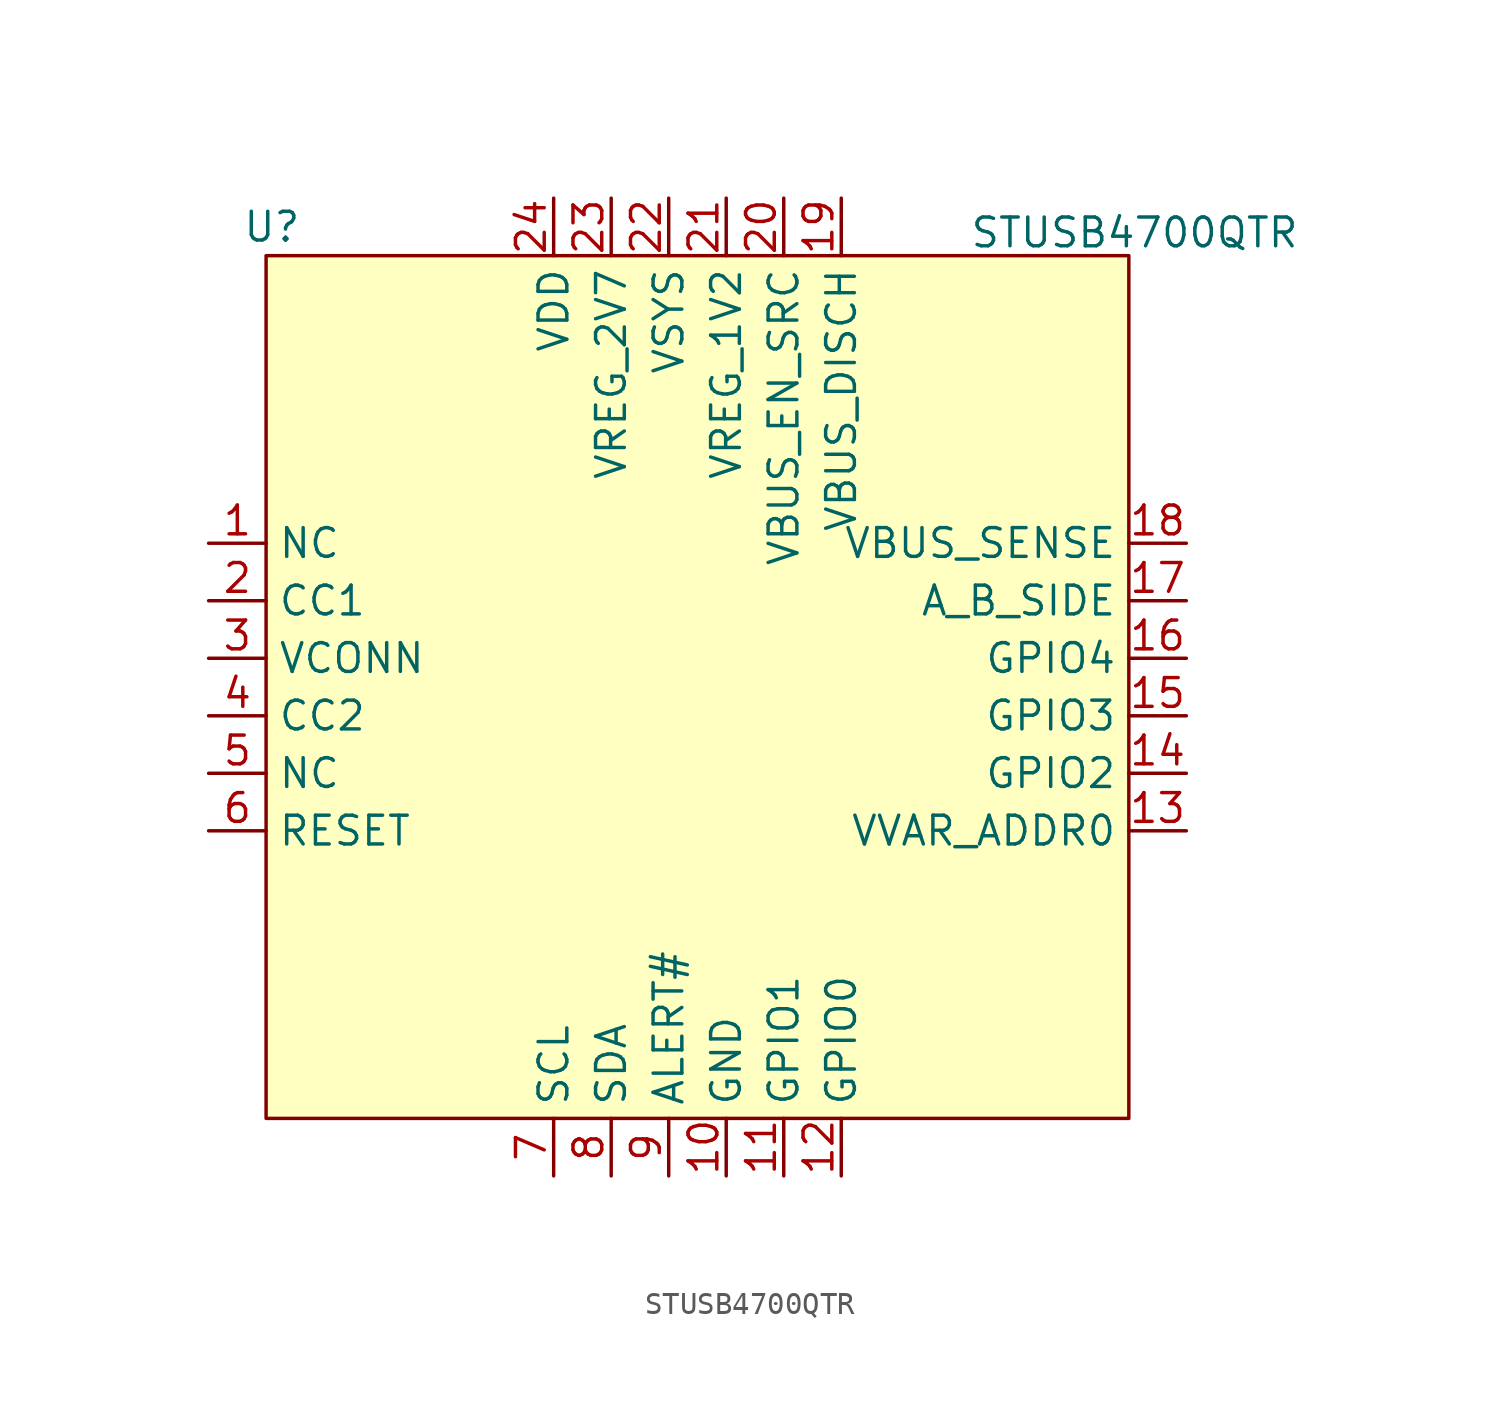
<source format=kicad_sym>
(kicad_symbol_lib
  (version 20231120)
  (generator "kicad_symbol_editor")
  (generator_version "8.0")
  (symbol "STUSB4700QTR"
    (property "Reference" "U"
      (at -18.796 20.32 0)
      (effects (font (size 1.27 1.27))))
    (property "Value" "STUSB4700QTR"
      (at 19.304 20.066 0)
      (effects (font (size 1.27 1.27))))
    (symbol "STUSB4700QTR_0_0"
      (pin passive line (at -21.59 6.35 0) (length 2.54) (name "NC" (effects (font (size 1.27 1.27)))) (number "1" (effects (font (size 1.27 1.27)))))
      (pin power_in line (at 1.27 -21.59 90) (length 2.54) (name "GND" (effects (font (size 1.27 1.27)))) (number "10" (effects (font (size 1.27 1.27)))))
      (pin open_collector line (at 3.81 -21.59 90) (length 2.54) (name "GPIO1" (effects (font (size 1.27 1.27)))) (number "11" (effects (font (size 1.27 1.27)))))
      (pin open_collector line (at 6.35 -21.59 90) (length 2.54) (name "GPIO0" (effects (font (size 1.27 1.27)))) (number "12" (effects (font (size 1.27 1.27)))))
      (pin open_collector line (at 21.59 -3.81 180) (length 2.54) (name "GPIO2" (effects (font (size 1.27 1.27)))) (number "14" (effects (font (size 1.27 1.27)))))
      (pin open_collector line (at 21.59 -1.27 180) (length 2.54) (name "GPIO3" (effects (font (size 1.27 1.27)))) (number "15" (effects (font (size 1.27 1.27)))))
      (pin open_collector line (at 21.59 1.27 180) (length 2.54) (name "GPIO4" (effects (font (size 1.27 1.27)))) (number "16" (effects (font (size 1.27 1.27)))))
      (pin bidirectional line (at -21.59 3.81 0) (length 2.54) (name "CC1" (effects (font (size 1.27 1.27)))) (number "2" (effects (font (size 1.27 1.27)))))
      (pin power_out line (at 1.27 21.59 270) (length 2.54) (name "VREG_1V2" (effects (font (size 1.27 1.27)))) (number "21" (effects (font (size 1.27 1.27)))))
      (pin power_in line (at -1.27 21.59 270) (length 2.54) (name "VSYS" (effects (font (size 1.27 1.27)))) (number "22" (effects (font (size 1.27 1.27)))))
      (pin power_out line (at -3.81 21.59 270) (length 2.54) (name "VREG_2V7" (effects (font (size 1.27 1.27)))) (number "23" (effects (font (size 1.27 1.27)))))
      (pin power_in line (at -6.35 21.59 270) (length 2.54) (name "VDD" (effects (font (size 1.27 1.27)))) (number "24" (effects (font (size 1.27 1.27)))))
      (pin bidirectional line (at -21.59 -1.27 0) (length 2.54) (name "CC2" (effects (font (size 1.27 1.27)))) (number "4" (effects (font (size 1.27 1.27)))))
      (pin passive line (at -21.59 -3.81 0) (length 2.54) (name "NC" (effects (font (size 1.27 1.27)))) (number "5" (effects (font (size 1.27 1.27)))))
      (pin input line (at -21.59 -6.35 0) (length 2.54) (name "RESET" (effects (font (size 1.27 1.27)))) (number "6" (effects (font (size 1.27 1.27)))))
      (pin open_collector line (at -1.27 -21.59 90) (length 2.54) (name "ALERT#" (effects (font (size 1.27 1.27)))) (number "9" (effects (font (size 1.27 1.27))))))
    (symbol "STUSB4700QTR_1_0"
      (pin bidirectional line (at 21.59 -6.35 180) (length 2.54) (name "VVAR_ADDR0" (effects (font (size 1.27 1.27)))) (number "13" (effects (font (size 1.27 1.27)))))
      (pin open_collector line (at 21.59 3.81 180) (length 2.54) (name "A_B_SIDE" (effects (font (size 1.27 1.27)))) (number "17" (effects (font (size 1.27 1.27)))))
      (pin input line (at 21.59 6.35 180) (length 2.54) (name "VBUS_SENSE" (effects (font (size 1.27 1.27)))) (number "18" (effects (font (size 1.27 1.27)))))
      (pin open_collector line (at 6.35 21.59 270) (length 2.54) (name "VBUS_DISCH" (effects (font (size 1.27 1.27)))) (number "19" (effects (font (size 1.27 1.27)))))
      (pin open_collector line (at 3.81 21.59 270) (length 2.54) (name "VBUS_EN_SRC" (effects (font (size 1.27 1.27)))) (number "20" (effects (font (size 1.27 1.27)))))
      (pin passive line (at 1.27 -21.59 90) (length 2.54) hide (name "EP" (effects (font (size 1.27 1.27)))) (number "25" (effects (font (size 1.27 1.27)))))
      (pin power_in line (at -21.59 1.27 0) (length 2.54) (name "VCONN" (effects (font (size 1.27 1.27)))) (number "3" (effects (font (size 1.27 1.27)))))
      (pin input line (at -6.35 -21.59 90) (length 2.54) (name "SCL" (effects (font (size 1.27 1.27)))) (number "7" (effects (font (size 1.27 1.27)))))
      (pin bidirectional line (at -3.81 -21.59 90) (length 2.54) (name "SDA" (effects (font (size 1.27 1.27)))) (number "8" (effects (font (size 1.27 1.27))))))
    (symbol "STUSB4700QTR_1_1"
      (rectangle (start -19.05 19.05) (end 19.05 -19.05) (stroke (width 0) (type default)) (fill (type background))))))
</source>
